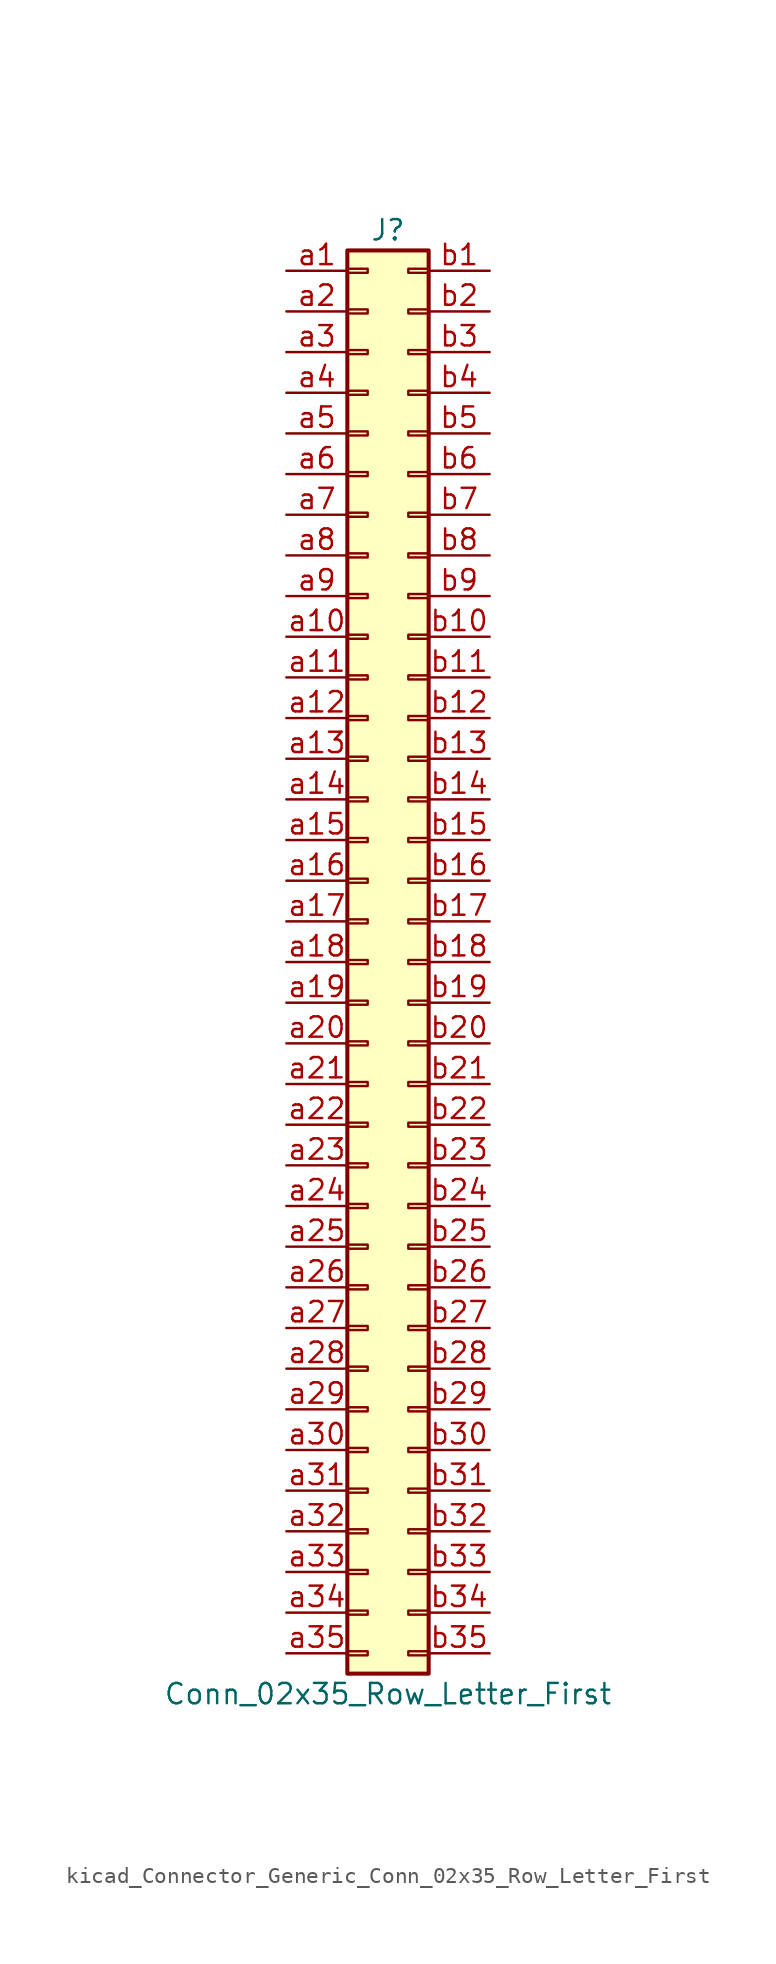
<source format=kicad_sym>
(kicad_symbol_lib
  (version 20220914)
  (generator kicad_symbol_editor)
  (symbol "kicad_Connector_Generic_Conn_02x35_Row_Letter_First"
    (pin_names
      (offset 1.016) hide)
    (property "Reference" "J"
      (at 1.27 45.72 0)
      (effects (font (size 1.27 1.27))))
    (property "Value" "Conn_02x35_Row_Letter_First"
      (at 1.27 -45.72 0)
      (effects (font (size 1.27 1.27))))
    (symbol "kicad_Connector_Generic_Conn_02x35_Row_Letter_First_1_1"
      (rectangle (start -1.27 -43.053) (end 0 -43.307) (stroke (width 0.152) (type default)) (fill (type none)))
      (rectangle (start -1.27 -40.513) (end 0 -40.767) (stroke (width 0.152) (type default)) (fill (type none)))
      (rectangle (start -1.27 -37.973) (end 0 -38.227) (stroke (width 0.152) (type default)) (fill (type none)))
      (rectangle (start -1.27 -35.433) (end 0 -35.687) (stroke (width 0.152) (type default)) (fill (type none)))
      (rectangle (start -1.27 -32.893) (end 0 -33.147) (stroke (width 0.152) (type default)) (fill (type none)))
      (rectangle (start -1.27 -30.353) (end 0 -30.607) (stroke (width 0.152) (type default)) (fill (type none)))
      (rectangle (start -1.27 -27.813) (end 0 -28.067) (stroke (width 0.152) (type default)) (fill (type none)))
      (rectangle (start -1.27 -25.273) (end 0 -25.527) (stroke (width 0.152) (type default)) (fill (type none)))
      (rectangle (start -1.27 -22.733) (end 0 -22.987) (stroke (width 0.152) (type default)) (fill (type none)))
      (rectangle (start -1.27 -20.193) (end 0 -20.447) (stroke (width 0.152) (type default)) (fill (type none)))
      (rectangle (start -1.27 -17.653) (end 0 -17.907) (stroke (width 0.152) (type default)) (fill (type none)))
      (rectangle (start -1.27 -15.113) (end 0 -15.367) (stroke (width 0.152) (type default)) (fill (type none)))
      (rectangle (start -1.27 -12.573) (end 0 -12.827) (stroke (width 0.152) (type default)) (fill (type none)))
      (rectangle (start -1.27 -10.033) (end 0 -10.287) (stroke (width 0.152) (type default)) (fill (type none)))
      (rectangle (start -1.27 -7.493) (end 0 -7.747) (stroke (width 0.152) (type default)) (fill (type none)))
      (rectangle (start -1.27 -4.953) (end 0 -5.207) (stroke (width 0.152) (type default)) (fill (type none)))
      (rectangle (start -1.27 -2.413) (end 0 -2.667) (stroke (width 0.152) (type default)) (fill (type none)))
      (rectangle (start -1.27 0.127) (end 0 -0.127) (stroke (width 0.152) (type default)) (fill (type none)))
      (rectangle (start -1.27 2.667) (end 0 2.413) (stroke (width 0.152) (type default)) (fill (type none)))
      (rectangle (start -1.27 5.207) (end 0 4.953) (stroke (width 0.152) (type default)) (fill (type none)))
      (rectangle (start -1.27 7.747) (end 0 7.493) (stroke (width 0.152) (type default)) (fill (type none)))
      (rectangle (start -1.27 10.287) (end 0 10.033) (stroke (width 0.152) (type default)) (fill (type none)))
      (rectangle (start -1.27 12.827) (end 0 12.573) (stroke (width 0.152) (type default)) (fill (type none)))
      (rectangle (start -1.27 15.367) (end 0 15.113) (stroke (width 0.152) (type default)) (fill (type none)))
      (rectangle (start -1.27 17.907) (end 0 17.653) (stroke (width 0.152) (type default)) (fill (type none)))
      (rectangle (start -1.27 20.447) (end 0 20.193) (stroke (width 0.152) (type default)) (fill (type none)))
      (rectangle (start -1.27 22.987) (end 0 22.733) (stroke (width 0.152) (type default)) (fill (type none)))
      (rectangle (start -1.27 25.527) (end 0 25.273) (stroke (width 0.152) (type default)) (fill (type none)))
      (rectangle (start -1.27 28.067) (end 0 27.813) (stroke (width 0.152) (type default)) (fill (type none)))
      (rectangle (start -1.27 30.607) (end 0 30.353) (stroke (width 0.152) (type default)) (fill (type none)))
      (rectangle (start -1.27 33.147) (end 0 32.893) (stroke (width 0.152) (type default)) (fill (type none)))
      (rectangle (start -1.27 35.687) (end 0 35.433) (stroke (width 0.152) (type default)) (fill (type none)))
      (rectangle (start -1.27 38.227) (end 0 37.973) (stroke (width 0.152) (type default)) (fill (type none)))
      (rectangle (start -1.27 40.767) (end 0 40.513) (stroke (width 0.152) (type default)) (fill (type none)))
      (rectangle (start -1.27 43.307) (end 0 43.053) (stroke (width 0.152) (type default)) (fill (type none)))
      (rectangle (start -1.27 44.45) (end 3.81 -44.45) (stroke (width 0.254) (type default)) (fill (type background)))
      (rectangle (start 3.81 -43.053) (end 2.54 -43.307) (stroke (width 0.152) (type default)) (fill (type none)))
      (rectangle (start 3.81 -40.513) (end 2.54 -40.767) (stroke (width 0.152) (type default)) (fill (type none)))
      (rectangle (start 3.81 -37.973) (end 2.54 -38.227) (stroke (width 0.152) (type default)) (fill (type none)))
      (rectangle (start 3.81 -35.433) (end 2.54 -35.687) (stroke (width 0.152) (type default)) (fill (type none)))
      (rectangle (start 3.81 -32.893) (end 2.54 -33.147) (stroke (width 0.152) (type default)) (fill (type none)))
      (rectangle (start 3.81 -30.353) (end 2.54 -30.607) (stroke (width 0.152) (type default)) (fill (type none)))
      (rectangle (start 3.81 -27.813) (end 2.54 -28.067) (stroke (width 0.152) (type default)) (fill (type none)))
      (rectangle (start 3.81 -25.273) (end 2.54 -25.527) (stroke (width 0.152) (type default)) (fill (type none)))
      (rectangle (start 3.81 -22.733) (end 2.54 -22.987) (stroke (width 0.152) (type default)) (fill (type none)))
      (rectangle (start 3.81 -20.193) (end 2.54 -20.447) (stroke (width 0.152) (type default)) (fill (type none)))
      (rectangle (start 3.81 -17.653) (end 2.54 -17.907) (stroke (width 0.152) (type default)) (fill (type none)))
      (rectangle (start 3.81 -15.113) (end 2.54 -15.367) (stroke (width 0.152) (type default)) (fill (type none)))
      (rectangle (start 3.81 -12.573) (end 2.54 -12.827) (stroke (width 0.152) (type default)) (fill (type none)))
      (rectangle (start 3.81 -10.033) (end 2.54 -10.287) (stroke (width 0.152) (type default)) (fill (type none)))
      (rectangle (start 3.81 -7.493) (end 2.54 -7.747) (stroke (width 0.152) (type default)) (fill (type none)))
      (rectangle (start 3.81 -4.953) (end 2.54 -5.207) (stroke (width 0.152) (type default)) (fill (type none)))
      (rectangle (start 3.81 -2.413) (end 2.54 -2.667) (stroke (width 0.152) (type default)) (fill (type none)))
      (rectangle (start 3.81 0.127) (end 2.54 -0.127) (stroke (width 0.152) (type default)) (fill (type none)))
      (rectangle (start 3.81 2.667) (end 2.54 2.413) (stroke (width 0.152) (type default)) (fill (type none)))
      (rectangle (start 3.81 5.207) (end 2.54 4.953) (stroke (width 0.152) (type default)) (fill (type none)))
      (rectangle (start 3.81 7.747) (end 2.54 7.493) (stroke (width 0.152) (type default)) (fill (type none)))
      (rectangle (start 3.81 10.287) (end 2.54 10.033) (stroke (width 0.152) (type default)) (fill (type none)))
      (rectangle (start 3.81 12.827) (end 2.54 12.573) (stroke (width 0.152) (type default)) (fill (type none)))
      (rectangle (start 3.81 15.367) (end 2.54 15.113) (stroke (width 0.152) (type default)) (fill (type none)))
      (rectangle (start 3.81 17.907) (end 2.54 17.653) (stroke (width 0.152) (type default)) (fill (type none)))
      (rectangle (start 3.81 20.447) (end 2.54 20.193) (stroke (width 0.152) (type default)) (fill (type none)))
      (rectangle (start 3.81 22.987) (end 2.54 22.733) (stroke (width 0.152) (type default)) (fill (type none)))
      (rectangle (start 3.81 25.527) (end 2.54 25.273) (stroke (width 0.152) (type default)) (fill (type none)))
      (rectangle (start 3.81 28.067) (end 2.54 27.813) (stroke (width 0.152) (type default)) (fill (type none)))
      (rectangle (start 3.81 30.607) (end 2.54 30.353) (stroke (width 0.152) (type default)) (fill (type none)))
      (rectangle (start 3.81 33.147) (end 2.54 32.893) (stroke (width 0.152) (type default)) (fill (type none)))
      (rectangle (start 3.81 35.687) (end 2.54 35.433) (stroke (width 0.152) (type default)) (fill (type none)))
      (rectangle (start 3.81 38.227) (end 2.54 37.973) (stroke (width 0.152) (type default)) (fill (type none)))
      (rectangle (start 3.81 40.767) (end 2.54 40.513) (stroke (width 0.152) (type default)) (fill (type none)))
      (rectangle (start 3.81 43.307) (end 2.54 43.053) (stroke (width 0.152) (type default)) (fill (type none)))
      (pin passive line (at -5.08 43.18 0) (length 3.81) (name "Pin_a1" (effects (font (size 1.27 1.27)))) (number "a1" (effects (font (size 1.27 1.27)))))
      (pin passive line (at -5.08 20.32 0) (length 3.81) (name "Pin_a10" (effects (font (size 1.27 1.27)))) (number "a10" (effects (font (size 1.27 1.27)))))
      (pin passive line (at -5.08 17.78 0) (length 3.81) (name "Pin_a11" (effects (font (size 1.27 1.27)))) (number "a11" (effects (font (size 1.27 1.27)))))
      (pin passive line (at -5.08 15.24 0) (length 3.81) (name "Pin_a12" (effects (font (size 1.27 1.27)))) (number "a12" (effects (font (size 1.27 1.27)))))
      (pin passive line (at -5.08 12.7 0) (length 3.81) (name "Pin_a13" (effects (font (size 1.27 1.27)))) (number "a13" (effects (font (size 1.27 1.27)))))
      (pin passive line (at -5.08 10.16 0) (length 3.81) (name "Pin_a14" (effects (font (size 1.27 1.27)))) (number "a14" (effects (font (size 1.27 1.27)))))
      (pin passive line (at -5.08 7.62 0) (length 3.81) (name "Pin_a15" (effects (font (size 1.27 1.27)))) (number "a15" (effects (font (size 1.27 1.27)))))
      (pin passive line (at -5.08 5.08 0) (length 3.81) (name "Pin_a16" (effects (font (size 1.27 1.27)))) (number "a16" (effects (font (size 1.27 1.27)))))
      (pin passive line (at -5.08 2.54 0) (length 3.81) (name "Pin_a17" (effects (font (size 1.27 1.27)))) (number "a17" (effects (font (size 1.27 1.27)))))
      (pin passive line (at -5.08 0 0) (length 3.81) (name "Pin_a18" (effects (font (size 1.27 1.27)))) (number "a18" (effects (font (size 1.27 1.27)))))
      (pin passive line (at -5.08 -2.54 0) (length 3.81) (name "Pin_a19" (effects (font (size 1.27 1.27)))) (number "a19" (effects (font (size 1.27 1.27)))))
      (pin passive line (at -5.08 40.64 0) (length 3.81) (name "Pin_a2" (effects (font (size 1.27 1.27)))) (number "a2" (effects (font (size 1.27 1.27)))))
      (pin passive line (at -5.08 -5.08 0) (length 3.81) (name "Pin_a20" (effects (font (size 1.27 1.27)))) (number "a20" (effects (font (size 1.27 1.27)))))
      (pin passive line (at -5.08 -7.62 0) (length 3.81) (name "Pin_a21" (effects (font (size 1.27 1.27)))) (number "a21" (effects (font (size 1.27 1.27)))))
      (pin passive line (at -5.08 -10.16 0) (length 3.81) (name "Pin_a22" (effects (font (size 1.27 1.27)))) (number "a22" (effects (font (size 1.27 1.27)))))
      (pin passive line (at -5.08 -12.7 0) (length 3.81) (name "Pin_a23" (effects (font (size 1.27 1.27)))) (number "a23" (effects (font (size 1.27 1.27)))))
      (pin passive line (at -5.08 -15.24 0) (length 3.81) (name "Pin_a24" (effects (font (size 1.27 1.27)))) (number "a24" (effects (font (size 1.27 1.27)))))
      (pin passive line (at -5.08 -17.78 0) (length 3.81) (name "Pin_a25" (effects (font (size 1.27 1.27)))) (number "a25" (effects (font (size 1.27 1.27)))))
      (pin passive line (at -5.08 -20.32 0) (length 3.81) (name "Pin_a26" (effects (font (size 1.27 1.27)))) (number "a26" (effects (font (size 1.27 1.27)))))
      (pin passive line (at -5.08 -22.86 0) (length 3.81) (name "Pin_a27" (effects (font (size 1.27 1.27)))) (number "a27" (effects (font (size 1.27 1.27)))))
      (pin passive line (at -5.08 -25.4 0) (length 3.81) (name "Pin_a28" (effects (font (size 1.27 1.27)))) (number "a28" (effects (font (size 1.27 1.27)))))
      (pin passive line (at -5.08 -27.94 0) (length 3.81) (name "Pin_a29" (effects (font (size 1.27 1.27)))) (number "a29" (effects (font (size 1.27 1.27)))))
      (pin passive line (at -5.08 38.1 0) (length 3.81) (name "Pin_a3" (effects (font (size 1.27 1.27)))) (number "a3" (effects (font (size 1.27 1.27)))))
      (pin passive line (at -5.08 -30.48 0) (length 3.81) (name "Pin_a30" (effects (font (size 1.27 1.27)))) (number "a30" (effects (font (size 1.27 1.27)))))
      (pin passive line (at -5.08 -33.02 0) (length 3.81) (name "Pin_a31" (effects (font (size 1.27 1.27)))) (number "a31" (effects (font (size 1.27 1.27)))))
      (pin passive line (at -5.08 -35.56 0) (length 3.81) (name "Pin_a32" (effects (font (size 1.27 1.27)))) (number "a32" (effects (font (size 1.27 1.27)))))
      (pin passive line (at -5.08 -38.1 0) (length 3.81) (name "Pin_a33" (effects (font (size 1.27 1.27)))) (number "a33" (effects (font (size 1.27 1.27)))))
      (pin passive line (at -5.08 -40.64 0) (length 3.81) (name "Pin_a34" (effects (font (size 1.27 1.27)))) (number "a34" (effects (font (size 1.27 1.27)))))
      (pin passive line (at -5.08 -43.18 0) (length 3.81) (name "Pin_a35" (effects (font (size 1.27 1.27)))) (number "a35" (effects (font (size 1.27 1.27)))))
      (pin passive line (at -5.08 35.56 0) (length 3.81) (name "Pin_a4" (effects (font (size 1.27 1.27)))) (number "a4" (effects (font (size 1.27 1.27)))))
      (pin passive line (at -5.08 33.02 0) (length 3.81) (name "Pin_a5" (effects (font (size 1.27 1.27)))) (number "a5" (effects (font (size 1.27 1.27)))))
      (pin passive line (at -5.08 30.48 0) (length 3.81) (name "Pin_a6" (effects (font (size 1.27 1.27)))) (number "a6" (effects (font (size 1.27 1.27)))))
      (pin passive line (at -5.08 27.94 0) (length 3.81) (name "Pin_a7" (effects (font (size 1.27 1.27)))) (number "a7" (effects (font (size 1.27 1.27)))))
      (pin passive line (at -5.08 25.4 0) (length 3.81) (name "Pin_a8" (effects (font (size 1.27 1.27)))) (number "a8" (effects (font (size 1.27 1.27)))))
      (pin passive line (at -5.08 22.86 0) (length 3.81) (name "Pin_a9" (effects (font (size 1.27 1.27)))) (number "a9" (effects (font (size 1.27 1.27)))))
      (pin passive line (at 7.62 43.18 180) (length 3.81) (name "Pin_b1" (effects (font (size 1.27 1.27)))) (number "b1" (effects (font (size 1.27 1.27)))))
      (pin passive line (at 7.62 20.32 180) (length 3.81) (name "Pin_b10" (effects (font (size 1.27 1.27)))) (number "b10" (effects (font (size 1.27 1.27)))))
      (pin passive line (at 7.62 17.78 180) (length 3.81) (name "Pin_b11" (effects (font (size 1.27 1.27)))) (number "b11" (effects (font (size 1.27 1.27)))))
      (pin passive line (at 7.62 15.24 180) (length 3.81) (name "Pin_b12" (effects (font (size 1.27 1.27)))) (number "b12" (effects (font (size 1.27 1.27)))))
      (pin passive line (at 7.62 12.7 180) (length 3.81) (name "Pin_b13" (effects (font (size 1.27 1.27)))) (number "b13" (effects (font (size 1.27 1.27)))))
      (pin passive line (at 7.62 10.16 180) (length 3.81) (name "Pin_b14" (effects (font (size 1.27 1.27)))) (number "b14" (effects (font (size 1.27 1.27)))))
      (pin passive line (at 7.62 7.62 180) (length 3.81) (name "Pin_b15" (effects (font (size 1.27 1.27)))) (number "b15" (effects (font (size 1.27 1.27)))))
      (pin passive line (at 7.62 5.08 180) (length 3.81) (name "Pin_b16" (effects (font (size 1.27 1.27)))) (number "b16" (effects (font (size 1.27 1.27)))))
      (pin passive line (at 7.62 2.54 180) (length 3.81) (name "Pin_b17" (effects (font (size 1.27 1.27)))) (number "b17" (effects (font (size 1.27 1.27)))))
      (pin passive line (at 7.62 0 180) (length 3.81) (name "Pin_b18" (effects (font (size 1.27 1.27)))) (number "b18" (effects (font (size 1.27 1.27)))))
      (pin passive line (at 7.62 -2.54 180) (length 3.81) (name "Pin_b19" (effects (font (size 1.27 1.27)))) (number "b19" (effects (font (size 1.27 1.27)))))
      (pin passive line (at 7.62 40.64 180) (length 3.81) (name "Pin_b2" (effects (font (size 1.27 1.27)))) (number "b2" (effects (font (size 1.27 1.27)))))
      (pin passive line (at 7.62 -5.08 180) (length 3.81) (name "Pin_b20" (effects (font (size 1.27 1.27)))) (number "b20" (effects (font (size 1.27 1.27)))))
      (pin passive line (at 7.62 -7.62 180) (length 3.81) (name "Pin_b21" (effects (font (size 1.27 1.27)))) (number "b21" (effects (font (size 1.27 1.27)))))
      (pin passive line (at 7.62 -10.16 180) (length 3.81) (name "Pin_b22" (effects (font (size 1.27 1.27)))) (number "b22" (effects (font (size 1.27 1.27)))))
      (pin passive line (at 7.62 -12.7 180) (length 3.81) (name "Pin_b23" (effects (font (size 1.27 1.27)))) (number "b23" (effects (font (size 1.27 1.27)))))
      (pin passive line (at 7.62 -15.24 180) (length 3.81) (name "Pin_b24" (effects (font (size 1.27 1.27)))) (number "b24" (effects (font (size 1.27 1.27)))))
      (pin passive line (at 7.62 -17.78 180) (length 3.81) (name "Pin_b25" (effects (font (size 1.27 1.27)))) (number "b25" (effects (font (size 1.27 1.27)))))
      (pin passive line (at 7.62 -20.32 180) (length 3.81) (name "Pin_b26" (effects (font (size 1.27 1.27)))) (number "b26" (effects (font (size 1.27 1.27)))))
      (pin passive line (at 7.62 -22.86 180) (length 3.81) (name "Pin_b27" (effects (font (size 1.27 1.27)))) (number "b27" (effects (font (size 1.27 1.27)))))
      (pin passive line (at 7.62 -25.4 180) (length 3.81) (name "Pin_b28" (effects (font (size 1.27 1.27)))) (number "b28" (effects (font (size 1.27 1.27)))))
      (pin passive line (at 7.62 -27.94 180) (length 3.81) (name "Pin_b29" (effects (font (size 1.27 1.27)))) (number "b29" (effects (font (size 1.27 1.27)))))
      (pin passive line (at 7.62 38.1 180) (length 3.81) (name "Pin_b3" (effects (font (size 1.27 1.27)))) (number "b3" (effects (font (size 1.27 1.27)))))
      (pin passive line (at 7.62 -30.48 180) (length 3.81) (name "Pin_b30" (effects (font (size 1.27 1.27)))) (number "b30" (effects (font (size 1.27 1.27)))))
      (pin passive line (at 7.62 -33.02 180) (length 3.81) (name "Pin_b31" (effects (font (size 1.27 1.27)))) (number "b31" (effects (font (size 1.27 1.27)))))
      (pin passive line (at 7.62 -35.56 180) (length 3.81) (name "Pin_b32" (effects (font (size 1.27 1.27)))) (number "b32" (effects (font (size 1.27 1.27)))))
      (pin passive line (at 7.62 -38.1 180) (length 3.81) (name "Pin_b33" (effects (font (size 1.27 1.27)))) (number "b33" (effects (font (size 1.27 1.27)))))
      (pin passive line (at 7.62 -40.64 180) (length 3.81) (name "Pin_b34" (effects (font (size 1.27 1.27)))) (number "b34" (effects (font (size 1.27 1.27)))))
      (pin passive line (at 7.62 -43.18 180) (length 3.81) (name "Pin_b35" (effects (font (size 1.27 1.27)))) (number "b35" (effects (font (size 1.27 1.27)))))
      (pin passive line (at 7.62 35.56 180) (length 3.81) (name "Pin_b4" (effects (font (size 1.27 1.27)))) (number "b4" (effects (font (size 1.27 1.27)))))
      (pin passive line (at 7.62 33.02 180) (length 3.81) (name "Pin_b5" (effects (font (size 1.27 1.27)))) (number "b5" (effects (font (size 1.27 1.27)))))
      (pin passive line (at 7.62 30.48 180) (length 3.81) (name "Pin_b6" (effects (font (size 1.27 1.27)))) (number "b6" (effects (font (size 1.27 1.27)))))
      (pin passive line (at 7.62 27.94 180) (length 3.81) (name "Pin_b7" (effects (font (size 1.27 1.27)))) (number "b7" (effects (font (size 1.27 1.27)))))
      (pin passive line (at 7.62 25.4 180) (length 3.81) (name "Pin_b8" (effects (font (size 1.27 1.27)))) (number "b8" (effects (font (size 1.27 1.27)))))
      (pin passive line (at 7.62 22.86 180) (length 3.81) (name "Pin_b9" (effects (font (size 1.27 1.27)))) (number "b9" (effects (font (size 1.27 1.27))))))))
</source>
